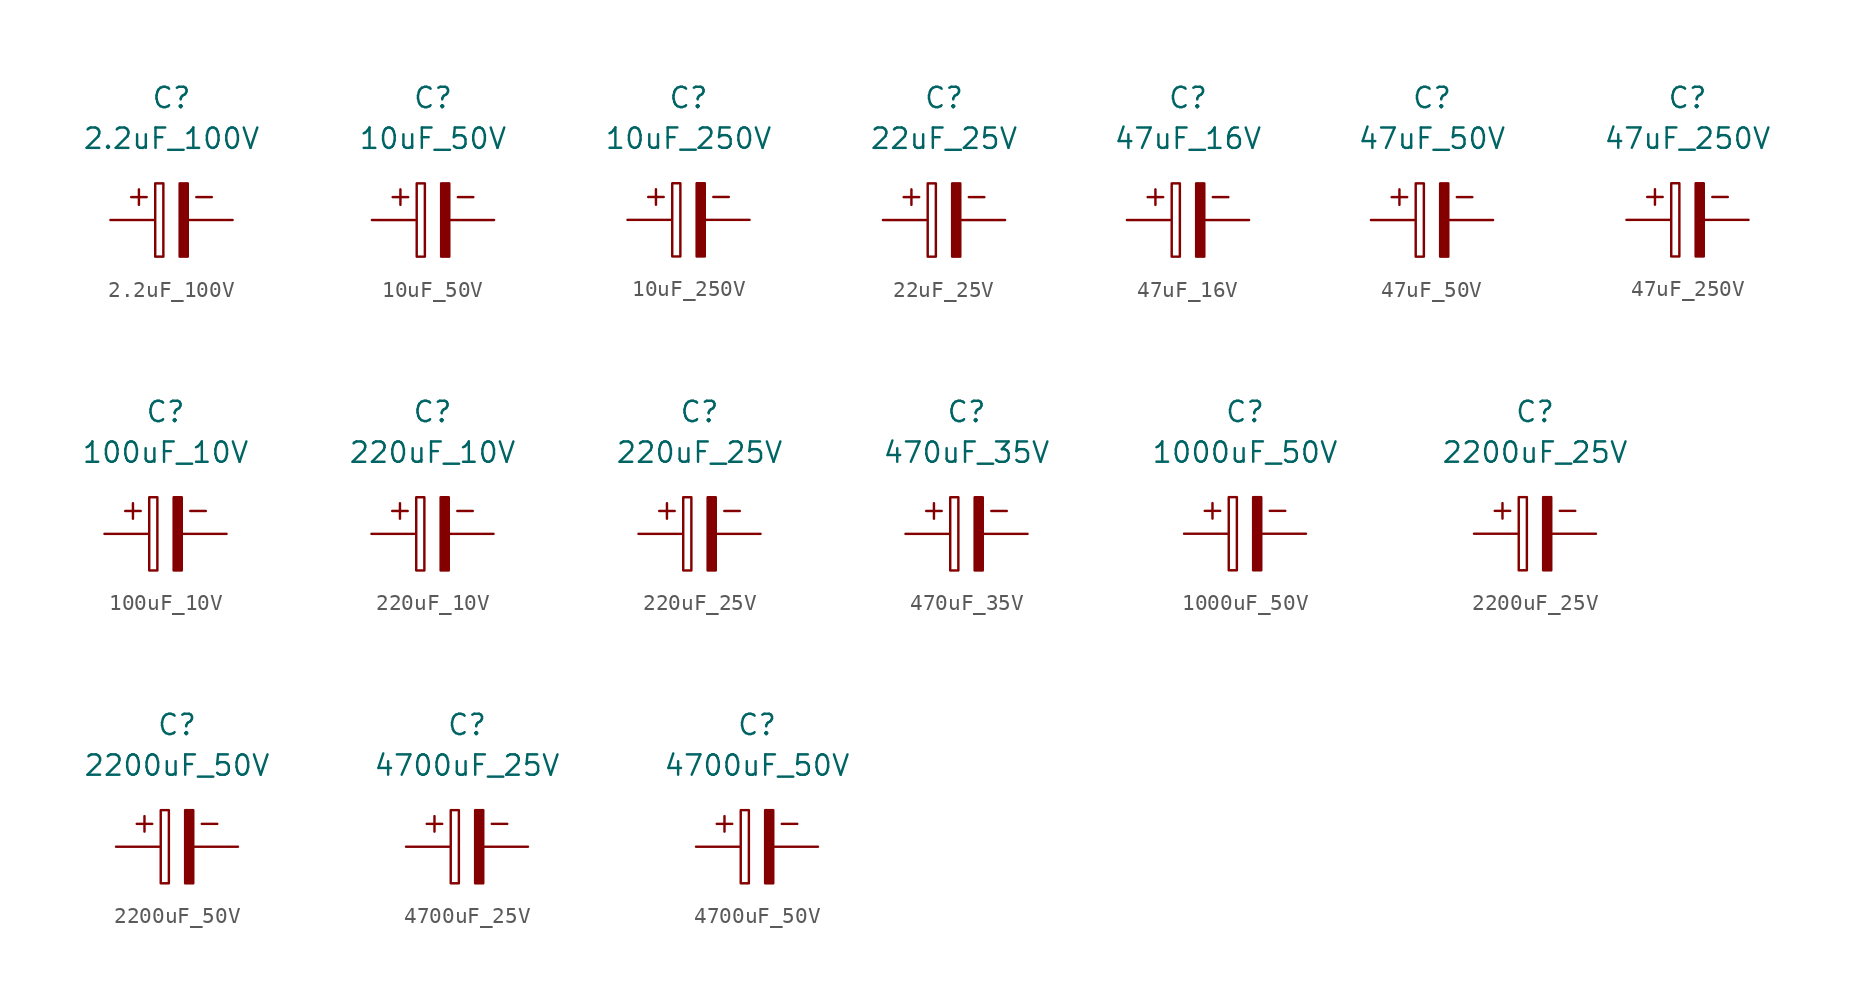
<source format=kicad_sym>
(kicad_symbol_lib
  (version 20220914)
  (generator kicad_symbol_editor)
  (symbol "2.2uF_100V"
    (property "Reference" "C"
      (at 0 7.62 0)
      (effects (font (size 1.27 1.27))))
    (property "Value" "2.2uF_100V"
      (at 0 5.08 0)
      (effects (font (size 1.27 1.27))))
    (symbol "2.2uF_100V_0_0"
      (text "+" (at -2.032 1.524 0) (effects (font (size 1.27 1.27))))
      (text "-" (at 2.032 1.524 0) (effects (font (size 1.27 1.27)))))
    (symbol "2.2uF_100V_0_1"
      (rectangle (start -1.016 -2.286) (end -0.508 2.286) (stroke (width 0) (type default)) (fill (type none)))
      (rectangle (start 0.508 -2.286) (end 1.016 2.286) (stroke (width 0) (type default)) (fill (type outline))))
    (symbol "2.2uF_100V_1_1"
      (pin passive line (at -3.81 0 0) (length 2.7) (name "~" (effects (font (size 0 0)))) (number "1" (effects (font (size 0 0)))))
      (pin input line (at 3.81 0 180) (length 2.7) (name "~" (effects (font (size 0 0)))) (number "2" (effects (font (size 0 0)))))))
  (symbol "10uF_50V"
    (property "Reference" "C"
      (at 0 7.62 0)
      (effects (font (size 1.27 1.27))))
    (property "Value" "10uF_50V"
      (at 0 5.08 0)
      (effects (font (size 1.27 1.27))))
    (symbol "10uF_50V_0_0"
      (text "+" (at -2.032 1.524 0) (effects (font (size 1.27 1.27))))
      (text "-" (at 2.032 1.524 0) (effects (font (size 1.27 1.27)))))
    (symbol "10uF_50V_0_1"
      (rectangle (start -1.016 -2.286) (end -0.508 2.286) (stroke (width 0) (type default)) (fill (type none)))
      (rectangle (start 0.508 -2.286) (end 1.016 2.286) (stroke (width 0) (type default)) (fill (type outline))))
    (symbol "10uF_50V_1_1"
      (pin passive line (at -3.81 0 0) (length 2.7) (name "~" (effects (font (size 0 0)))) (number "1" (effects (font (size 0 0)))))
      (pin input line (at 3.81 0 180) (length 2.7) (name "~" (effects (font (size 0 0)))) (number "2" (effects (font (size 0 0)))))))
  (symbol "10uF_250V"
    (property "Reference" "C"
      (at 0 7.62 0)
      (effects (font (size 1.27 1.27))))
    (property "Value" "10uF_250V"
      (at 0 5.08 0)
      (effects (font (size 1.27 1.27))))
    (symbol "10uF_250V_0_0"
      (text "+" (at -2.032 1.524 0) (effects (font (size 1.27 1.27))))
      (text "-" (at 2.032 1.524 0) (effects (font (size 1.27 1.27)))))
    (symbol "10uF_250V_0_1"
      (rectangle (start -1.016 -2.286) (end -0.508 2.286) (stroke (width 0) (type default)) (fill (type none)))
      (rectangle (start 0.508 -2.286) (end 1.016 2.286) (stroke (width 0) (type default)) (fill (type outline))))
    (symbol "10uF_250V_1_1"
      (pin passive line (at -3.81 0 0) (length 2.7) (name "~" (effects (font (size 0 0)))) (number "1" (effects (font (size 0 0)))))
      (pin input line (at 3.81 0 180) (length 2.7) (name "~" (effects (font (size 0 0)))) (number "2" (effects (font (size 0 0)))))))
  (symbol "22uF_25V"
    (property "Reference" "C"
      (at 0 7.62 0)
      (effects (font (size 1.27 1.27))))
    (property "Value" "22uF_25V"
      (at 0 5.08 0)
      (effects (font (size 1.27 1.27))))
    (symbol "22uF_25V_0_0"
      (text "+" (at -2.032 1.524 0) (effects (font (size 1.27 1.27))))
      (text "-" (at 2.032 1.524 0) (effects (font (size 1.27 1.27)))))
    (symbol "22uF_25V_0_1"
      (rectangle (start -1.016 -2.286) (end -0.508 2.286) (stroke (width 0) (type default)) (fill (type none)))
      (rectangle (start 0.508 -2.286) (end 1.016 2.286) (stroke (width 0) (type default)) (fill (type outline))))
    (symbol "22uF_25V_1_1"
      (pin passive line (at -3.81 0 0) (length 2.7) (name "~" (effects (font (size 0 0)))) (number "1" (effects (font (size 0 0)))))
      (pin input line (at 3.81 0 180) (length 2.7) (name "~" (effects (font (size 0 0)))) (number "2" (effects (font (size 0 0)))))))
  (symbol "47uF_16V"
    (property "Reference" "C"
      (at 0 7.62 0)
      (effects (font (size 1.27 1.27))))
    (property "Value" "47uF_16V"
      (at 0 5.08 0)
      (effects (font (size 1.27 1.27))))
    (symbol "47uF_16V_0_0"
      (text "+" (at -2.032 1.524 0) (effects (font (size 1.27 1.27))))
      (text "-" (at 2.032 1.524 0) (effects (font (size 1.27 1.27)))))
    (symbol "47uF_16V_0_1"
      (rectangle (start -1.016 -2.286) (end -0.508 2.286) (stroke (width 0) (type default)) (fill (type none)))
      (rectangle (start 0.508 -2.286) (end 1.016 2.286) (stroke (width 0) (type default)) (fill (type outline))))
    (symbol "47uF_16V_1_1"
      (pin passive line (at -3.81 0 0) (length 2.7) (name "~" (effects (font (size 0 0)))) (number "1" (effects (font (size 0 0)))))
      (pin input line (at 3.81 0 180) (length 2.7) (name "~" (effects (font (size 0 0)))) (number "2" (effects (font (size 0 0)))))))
  (symbol "47uF_50V"
    (property "Reference" "C"
      (at 0 7.62 0)
      (effects (font (size 1.27 1.27))))
    (property "Value" "47uF_50V"
      (at 0 5.08 0)
      (effects (font (size 1.27 1.27))))
    (symbol "47uF_50V_0_0"
      (text "+" (at -2.032 1.524 0) (effects (font (size 1.27 1.27))))
      (text "-" (at 2.032 1.524 0) (effects (font (size 1.27 1.27)))))
    (symbol "47uF_50V_0_1"
      (rectangle (start -1.016 -2.286) (end -0.508 2.286) (stroke (width 0) (type default)) (fill (type none)))
      (rectangle (start 0.508 -2.286) (end 1.016 2.286) (stroke (width 0) (type default)) (fill (type outline))))
    (symbol "47uF_50V_1_1"
      (pin passive line (at -3.81 0 0) (length 2.7) (name "~" (effects (font (size 0 0)))) (number "1" (effects (font (size 0 0)))))
      (pin input line (at 3.81 0 180) (length 2.7) (name "~" (effects (font (size 0 0)))) (number "2" (effects (font (size 0 0)))))))
  (symbol "47uF_250V"
    (property "Reference" "C"
      (at 0 7.62 0)
      (effects (font (size 1.27 1.27))))
    (property "Value" "47uF_250V"
      (at 0 5.08 0)
      (effects (font (size 1.27 1.27))))
    (symbol "47uF_250V_0_0"
      (text "+" (at -2.032 1.524 0) (effects (font (size 1.27 1.27))))
      (text "-" (at 2.032 1.524 0) (effects (font (size 1.27 1.27)))))
    (symbol "47uF_250V_0_1"
      (rectangle (start -1.016 -2.286) (end -0.508 2.286) (stroke (width 0) (type default)) (fill (type none)))
      (rectangle (start 0.508 -2.286) (end 1.016 2.286) (stroke (width 0) (type default)) (fill (type outline))))
    (symbol "47uF_250V_1_1"
      (pin passive line (at -3.81 0 0) (length 2.7) (name "~" (effects (font (size 0 0)))) (number "1" (effects (font (size 0 0)))))
      (pin input line (at 3.81 0 180) (length 2.7) (name "~" (effects (font (size 0 0)))) (number "2" (effects (font (size 0 0)))))))
  (symbol "100uF_10V"
    (property "Reference" "C"
      (at 0 7.62 0)
      (effects (font (size 1.27 1.27))))
    (property "Value" "100uF_10V"
      (at 0 5.08 0)
      (effects (font (size 1.27 1.27))))
    (symbol "100uF_10V_0_0"
      (text "+" (at -2.032 1.524 0) (effects (font (size 1.27 1.27))))
      (text "-" (at 2.032 1.524 0) (effects (font (size 1.27 1.27)))))
    (symbol "100uF_10V_0_1"
      (rectangle (start -1.016 -2.286) (end -0.508 2.286) (stroke (width 0) (type default)) (fill (type none)))
      (rectangle (start 0.508 -2.286) (end 1.016 2.286) (stroke (width 0) (type default)) (fill (type outline))))
    (symbol "100uF_10V_1_1"
      (pin passive line (at -3.81 0 0) (length 2.7) (name "~" (effects (font (size 0 0)))) (number "1" (effects (font (size 0 0)))))
      (pin input line (at 3.81 0 180) (length 2.7) (name "~" (effects (font (size 0 0)))) (number "2" (effects (font (size 0 0)))))))
  (symbol "220uF_10V"
    (property "Reference" "C"
      (at 0 7.62 0)
      (effects (font (size 1.27 1.27))))
    (property "Value" "220uF_10V"
      (at 0 5.08 0)
      (effects (font (size 1.27 1.27))))
    (symbol "220uF_10V_0_0"
      (text "+" (at -2.032 1.524 0) (effects (font (size 1.27 1.27))))
      (text "-" (at 2.032 1.524 0) (effects (font (size 1.27 1.27)))))
    (symbol "220uF_10V_0_1"
      (rectangle (start -1.016 -2.286) (end -0.508 2.286) (stroke (width 0) (type default)) (fill (type none)))
      (rectangle (start 0.508 -2.286) (end 1.016 2.286) (stroke (width 0) (type default)) (fill (type outline))))
    (symbol "220uF_10V_1_1"
      (pin passive line (at -3.81 0 0) (length 2.7) (name "~" (effects (font (size 0 0)))) (number "1" (effects (font (size 0 0)))))
      (pin input line (at 3.81 0 180) (length 2.7) (name "~" (effects (font (size 0 0)))) (number "2" (effects (font (size 0 0)))))))
  (symbol "220uF_25V"
    (property "Reference" "C"
      (at 0 7.62 0)
      (effects (font (size 1.27 1.27))))
    (property "Value" "220uF_25V"
      (at 0 5.08 0)
      (effects (font (size 1.27 1.27))))
    (symbol "220uF_25V_0_0"
      (text "+" (at -2.032 1.524 0) (effects (font (size 1.27 1.27))))
      (text "-" (at 2.032 1.524 0) (effects (font (size 1.27 1.27)))))
    (symbol "220uF_25V_0_1"
      (rectangle (start -1.016 -2.286) (end -0.508 2.286) (stroke (width 0) (type default)) (fill (type none)))
      (rectangle (start 0.508 -2.286) (end 1.016 2.286) (stroke (width 0) (type default)) (fill (type outline))))
    (symbol "220uF_25V_1_1"
      (pin passive line (at -3.81 0 0) (length 2.7) (name "~" (effects (font (size 0 0)))) (number "1" (effects (font (size 0 0)))))
      (pin input line (at 3.81 0 180) (length 2.7) (name "~" (effects (font (size 0 0)))) (number "2" (effects (font (size 0 0)))))))
  (symbol "470uF_35V"
    (property "Reference" "C"
      (at 0 7.62 0)
      (effects (font (size 1.27 1.27))))
    (property "Value" "470uF_35V"
      (at 0 5.08 0)
      (effects (font (size 1.27 1.27))))
    (symbol "470uF_35V_0_0"
      (text "+" (at -2.032 1.524 0) (effects (font (size 1.27 1.27))))
      (text "-" (at 2.032 1.524 0) (effects (font (size 1.27 1.27)))))
    (symbol "470uF_35V_0_1"
      (rectangle (start -1.016 -2.286) (end -0.508 2.286) (stroke (width 0) (type default)) (fill (type none)))
      (rectangle (start 0.508 -2.286) (end 1.016 2.286) (stroke (width 0) (type default)) (fill (type outline))))
    (symbol "470uF_35V_1_1"
      (pin passive line (at -3.81 0 0) (length 2.7) (name "~" (effects (font (size 0 0)))) (number "1" (effects (font (size 0 0)))))
      (pin input line (at 3.81 0 180) (length 2.7) (name "~" (effects (font (size 0 0)))) (number "2" (effects (font (size 0 0)))))))
  (symbol "1000uF_50V"
    (property "Reference" "C"
      (at 0 7.62 0)
      (effects (font (size 1.27 1.27))))
    (property "Value" "1000uF_50V"
      (at 0 5.08 0)
      (effects (font (size 1.27 1.27))))
    (symbol "1000uF_50V_0_0"
      (text "+" (at -2.032 1.524 0) (effects (font (size 1.27 1.27))))
      (text "-" (at 2.032 1.524 0) (effects (font (size 1.27 1.27)))))
    (symbol "1000uF_50V_0_1"
      (rectangle (start -1.016 -2.286) (end -0.508 2.286) (stroke (width 0) (type default)) (fill (type none)))
      (rectangle (start 0.508 -2.286) (end 1.016 2.286) (stroke (width 0) (type default)) (fill (type outline))))
    (symbol "1000uF_50V_1_1"
      (pin passive line (at -3.81 0 0) (length 2.7) (name "~" (effects (font (size 0 0)))) (number "1" (effects (font (size 0 0)))))
      (pin input line (at 3.81 0 180) (length 2.7) (name "~" (effects (font (size 0 0)))) (number "2" (effects (font (size 0 0)))))))
  (symbol "2200uF_25V"
    (property "Reference" "C"
      (at 0 7.62 0)
      (effects (font (size 1.27 1.27))))
    (property "Value" "2200uF_25V"
      (at 0 5.08 0)
      (effects (font (size 1.27 1.27))))
    (symbol "2200uF_25V_0_0"
      (text "+" (at -2.032 1.524 0) (effects (font (size 1.27 1.27))))
      (text "-" (at 2.032 1.524 0) (effects (font (size 1.27 1.27)))))
    (symbol "2200uF_25V_0_1"
      (rectangle (start -1.016 -2.286) (end -0.508 2.286) (stroke (width 0) (type default)) (fill (type none)))
      (rectangle (start 0.508 -2.286) (end 1.016 2.286) (stroke (width 0) (type default)) (fill (type outline))))
    (symbol "2200uF_25V_1_1"
      (pin passive line (at -3.81 0 0) (length 2.7) (name "~" (effects (font (size 0 0)))) (number "1" (effects (font (size 0 0)))))
      (pin input line (at 3.81 0 180) (length 2.7) (name "~" (effects (font (size 0 0)))) (number "2" (effects (font (size 0 0)))))))
  (symbol "2200uF_50V"
    (property "Reference" "C"
      (at 0 7.62 0)
      (effects (font (size 1.27 1.27))))
    (property "Value" "2200uF_50V"
      (at 0 5.08 0)
      (effects (font (size 1.27 1.27))))
    (symbol "2200uF_50V_0_0"
      (text "+" (at -2.032 1.524 0) (effects (font (size 1.27 1.27))))
      (text "-" (at 2.032 1.524 0) (effects (font (size 1.27 1.27)))))
    (symbol "2200uF_50V_0_1"
      (rectangle (start -1.016 -2.286) (end -0.508 2.286) (stroke (width 0) (type default)) (fill (type none)))
      (rectangle (start 0.508 -2.286) (end 1.016 2.286) (stroke (width 0) (type default)) (fill (type outline))))
    (symbol "2200uF_50V_1_1"
      (pin passive line (at -3.81 0 0) (length 2.7) (name "~" (effects (font (size 0 0)))) (number "1" (effects (font (size 0 0)))))
      (pin input line (at 3.81 0 180) (length 2.7) (name "~" (effects (font (size 0 0)))) (number "2" (effects (font (size 0 0)))))))
  (symbol "4700uF_25V"
    (property "Reference" "C"
      (at 0 7.62 0)
      (effects (font (size 1.27 1.27))))
    (property "Value" "4700uF_25V"
      (at 0 5.08 0)
      (effects (font (size 1.27 1.27))))
    (symbol "4700uF_25V_0_0"
      (text "+" (at -2.032 1.524 0) (effects (font (size 1.27 1.27))))
      (text "-" (at 2.032 1.524 0) (effects (font (size 1.27 1.27)))))
    (symbol "4700uF_25V_0_1"
      (rectangle (start -1.016 -2.286) (end -0.508 2.286) (stroke (width 0) (type default)) (fill (type none)))
      (rectangle (start 0.508 -2.286) (end 1.016 2.286) (stroke (width 0) (type default)) (fill (type outline))))
    (symbol "4700uF_25V_1_1"
      (pin passive line (at -3.81 0 0) (length 2.7) (name "~" (effects (font (size 0 0)))) (number "1" (effects (font (size 0 0)))))
      (pin input line (at 3.81 0 180) (length 2.7) (name "~" (effects (font (size 0 0)))) (number "2" (effects (font (size 0 0)))))))
  (symbol "4700uF_50V"
    (property "Reference" "C"
      (at 0 7.62 0)
      (effects (font (size 1.27 1.27))))
    (property "Value" "4700uF_50V"
      (at 0 5.08 0)
      (effects (font (size 1.27 1.27))))
    (symbol "4700uF_50V_0_0"
      (text "+" (at -2.032 1.524 0) (effects (font (size 1.27 1.27))))
      (text "-" (at 2.032 1.524 0) (effects (font (size 1.27 1.27)))))
    (symbol "4700uF_50V_0_1"
      (rectangle (start -1.016 -2.286) (end -0.508 2.286) (stroke (width 0) (type default)) (fill (type none)))
      (rectangle (start 0.508 -2.286) (end 1.016 2.286) (stroke (width 0) (type default)) (fill (type outline))))
    (symbol "4700uF_50V_1_1"
      (pin passive line (at -3.81 0 0) (length 2.7) (name "~" (effects (font (size 0 0)))) (number "1" (effects (font (size 0 0)))))
      (pin input line (at 3.81 0 180) (length 2.7) (name "~" (effects (font (size 0 0)))) (number "2" (effects (font (size 0 0))))))))
</source>
